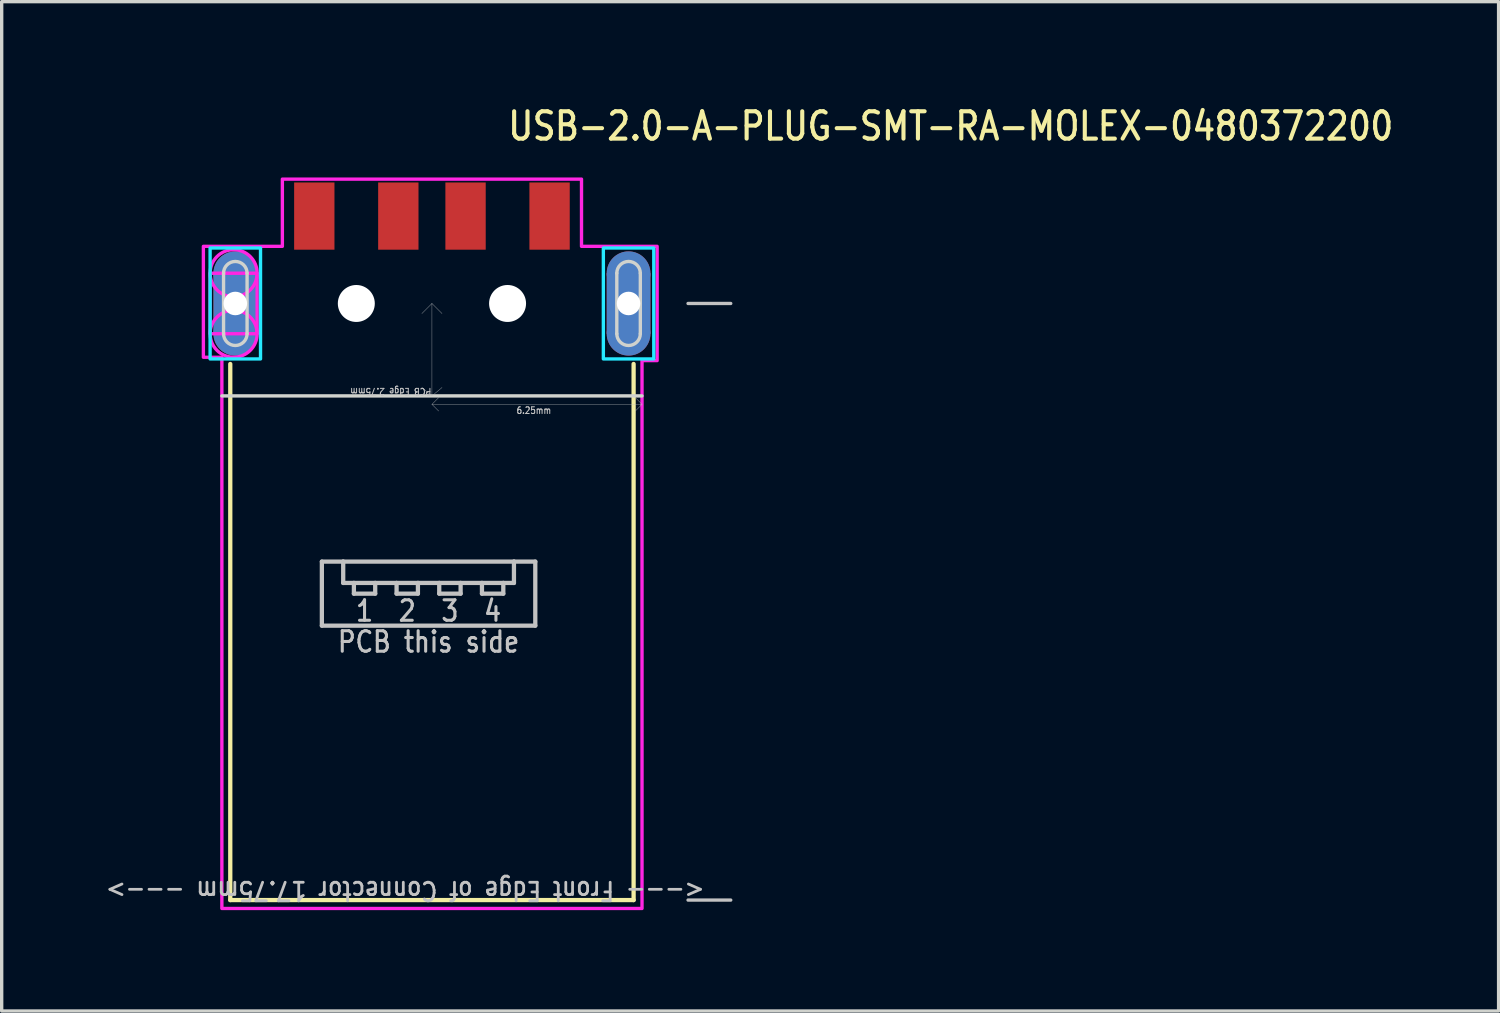
<source format=kicad_pcb>
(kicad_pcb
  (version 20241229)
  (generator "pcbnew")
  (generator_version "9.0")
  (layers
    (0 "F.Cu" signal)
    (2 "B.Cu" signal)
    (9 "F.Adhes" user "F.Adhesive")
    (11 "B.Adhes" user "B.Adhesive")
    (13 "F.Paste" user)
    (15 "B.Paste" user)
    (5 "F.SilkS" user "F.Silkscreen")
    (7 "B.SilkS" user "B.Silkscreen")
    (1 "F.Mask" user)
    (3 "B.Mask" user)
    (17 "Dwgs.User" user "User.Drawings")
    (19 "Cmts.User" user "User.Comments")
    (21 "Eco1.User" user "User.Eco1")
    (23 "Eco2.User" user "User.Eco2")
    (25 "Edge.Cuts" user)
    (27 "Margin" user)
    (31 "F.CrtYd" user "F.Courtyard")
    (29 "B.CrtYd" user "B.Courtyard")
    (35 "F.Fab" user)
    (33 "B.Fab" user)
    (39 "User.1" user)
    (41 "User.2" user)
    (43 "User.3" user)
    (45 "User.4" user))
  (footprint "USB-2.0-A-PLUG-SMT-RA-MOLEX-0480372200"
    (layer "F.Cu")
    (at 9.801 5.979)
    (property "Reference" "USB-2.0-A-PLUG-SMT-RA-MOLEX-0480372200" (at 2.2 -4.8 0) (unlocked yes) (layer "F.SilkS") (effects (font (size 0.813 0.695) (thickness 0.122)) (justify left bottom)))
    (fp_circle (center -5.85 -0.9) (end -6.5 -0.9) (stroke (width 0) (type solid)) (fill yes) (layer "F.Cu"))
    (fp_circle (center -5.85 0.9) (end -5.2 0.9) (stroke (width 0) (type solid)) (fill yes) (layer "F.Cu"))
    (fp_circle (center 5.85 -0.9) (end 5.2 -0.9) (stroke (width 0) (type solid)) (fill yes) (layer "F.Cu"))
    (fp_circle (center 5.85 0.9) (end 6.5 0.9) (stroke (width 0) (type solid)) (fill yes) (layer "F.Cu"))
    (fp_poly (pts (xy -6.5 -0.9) (xy -5.2 -0.9) (xy -5.2 0.9) (xy -6.5 0.9)) (stroke (width 0) (type solid)) (fill yes) (layer "F.Cu"))
    (fp_poly (pts (xy 5.2 -0.9) (xy 6.5 -0.9) (xy 6.5 0.9) (xy 5.2 0.9)) (stroke (width 0) (type solid)) (fill yes) (layer "F.Cu"))
    (fp_circle (center -5.85 -0.9) (end -6.6 -0.9) (stroke (width 0) (type solid)) (fill yes) (layer "F.Mask"))
    (fp_circle (center -5.85 0.9) (end -5.1 0.9) (stroke (width 0) (type solid)) (fill yes) (layer "F.Mask"))
    (fp_circle (center 5.85 -0.9) (end 5.1 -0.9) (stroke (width 0) (type solid)) (fill yes) (layer "F.Mask"))
    (fp_circle (center 5.85 0.9) (end 6.6 0.9) (stroke (width 0) (type solid)) (fill yes) (layer "F.Mask"))
    (fp_poly (pts (xy -6.6 -0.9) (xy -5.1 -0.9) (xy -5.1 0.9) (xy -6.6 0.9)) (stroke (width 0) (type solid)) (fill yes) (layer "F.Mask"))
    (fp_poly (pts (xy 5.1 -0.9) (xy 6.6 -0.9) (xy 6.6 0.9) (xy 5.1 0.9)) (stroke (width 0) (type solid)) (fill yes) (layer "F.Mask"))
    (fp_circle (center -5.85 -0.9) (end -6.5 -0.9) (stroke (width 0) (type solid)) (fill yes) (layer "B.Cu"))
    (fp_circle (center -5.85 0.9) (end -5.2 0.9) (stroke (width 0) (type solid)) (fill yes) (layer "B.Cu"))
    (fp_circle (center 5.85 -0.9) (end 5.2 -0.9) (stroke (width 0) (type solid)) (fill yes) (layer "B.Cu"))
    (fp_circle (center 5.85 0.9) (end 6.5 0.9) (stroke (width 0) (type solid)) (fill yes) (layer "B.Cu"))
    (fp_poly (pts (xy -6.5 -0.9) (xy -5.2 -0.9) (xy -5.2 0.9) (xy -6.5 0.9)) (stroke (width 0) (type solid)) (fill yes) (layer "B.Cu"))
    (fp_poly (pts (xy 5.2 -0.9) (xy 6.5 -0.9) (xy 6.5 0.9) (xy 5.2 0.9)) (stroke (width 0) (type solid)) (fill yes) (layer "B.Cu"))
    (fp_circle (center -5.85 -0.9) (end -6.6 -0.9) (stroke (width 0) (type solid)) (fill yes) (layer "B.Mask"))
    (fp_circle (center -5.85 0.9) (end -5.1 0.9) (stroke (width 0) (type solid)) (fill yes) (layer "B.Mask"))
    (fp_circle (center 5.85 -0.9) (end 5.1 -0.9) (stroke (width 0) (type solid)) (fill yes) (layer "B.Mask"))
    (fp_circle (center 5.85 0.9) (end 6.6 0.9) (stroke (width 0) (type solid)) (fill yes) (layer "B.Mask"))
    (fp_poly (pts (xy -6.6 -0.9) (xy -5.1 -0.9) (xy -5.1 0.9) (xy -6.6 0.9)) (stroke (width 0) (type solid)) (fill yes) (layer "B.Mask"))
    (fp_poly (pts (xy 5.1 -0.9) (xy 6.6 -0.9) (xy 6.6 0.9) (xy 5.1 0.9)) (stroke (width 0) (type solid)) (fill yes) (layer "B.Mask"))
    (fp_line (start -6 1.8) (end -6 17.75) (stroke (width 0.127) (type solid)) (layer "F.SilkS"))
    (fp_line (start -6 17.75) (end 6 17.75) (stroke (width 0.127) (type solid)) (layer "F.SilkS"))
    (fp_line (start 6 17.75) (end 6 1.8) (stroke (width 0.127) (type solid)) (layer "F.SilkS"))
    (fp_line (start -3.275 7.68) (end -2.64 7.68) (stroke (width 0.127) (type solid)) (layer "Dwgs.User"))
    (fp_line (start -3.275 9.585) (end -3.275 7.68) (stroke (width 0.127) (type solid)) (layer "Dwgs.User"))
    (fp_line (start -2.64 7.68) (end -2.64 8.315) (stroke (width 0.127) (type solid)) (layer "Dwgs.User"))
    (fp_line (start -2.64 7.68) (end 2.44 7.68) (stroke (width 0.127) (type solid)) (layer "Dwgs.User"))
    (fp_line (start -2.64 8.315) (end -2.322 8.315) (stroke (width 0.127) (type solid)) (layer "Dwgs.User"))
    (fp_line (start -2.322 8.315) (end -2.322 8.633) (stroke (width 0.127) (type solid)) (layer "Dwgs.User"))
    (fp_line (start -2.322 8.315) (end -1.688 8.315) (stroke (width 0.127) (type solid)) (layer "Dwgs.User"))
    (fp_line (start -2.322 8.633) (end -1.688 8.633) (stroke (width 0.127) (type solid)) (layer "Dwgs.User"))
    (fp_line (start -1.688 8.315) (end -1.052 8.315) (stroke (width 0.127) (type solid)) (layer "Dwgs.User"))
    (fp_line (start -1.688 8.633) (end -1.688 8.315) (stroke (width 0.127) (type solid)) (layer "Dwgs.User"))
    (fp_line (start -1.052 8.315) (end -1.052 8.633) (stroke (width 0.127) (type solid)) (layer "Dwgs.User"))
    (fp_line (start -1.052 8.315) (end -0.417 8.315) (stroke (width 0.127) (type solid)) (layer "Dwgs.User"))
    (fp_line (start -1.052 8.633) (end -0.417 8.633) (stroke (width 0.127) (type solid)) (layer "Dwgs.User"))
    (fp_line (start -0.417 8.315) (end 0.217 8.315) (stroke (width 0.127) (type solid)) (layer "Dwgs.User"))
    (fp_line (start -0.417 8.633) (end -0.417 8.315) (stroke (width 0.127) (type solid)) (layer "Dwgs.User"))
    (fp_line (start 0 0) (end -0.3 0.3) (stroke (width 0.01) (type solid)) (layer "Dwgs.User"))
    (fp_line (start 0 0) (end 0 2.75) (stroke (width 0.01) (type solid)) (layer "Dwgs.User"))
    (fp_line (start 0 0) (end 0.3 0.3) (stroke (width 0.01) (type solid)) (layer "Dwgs.User"))
    (fp_line (start 0 2.75) (end -0.3 2.5) (stroke (width 0.01) (type solid)) (layer "Dwgs.User"))
    (fp_line (start 0 2.75) (end 0.3 2.5) (stroke (width 0.01) (type solid)) (layer "Dwgs.User"))
    (fp_line (start 0 3) (end 0.2 2.8) (stroke (width 0.01) (type solid)) (layer "Dwgs.User"))
    (fp_line (start 0 3) (end 0.2 3.2) (stroke (width 0.01) (type solid)) (layer "Dwgs.User"))
    (fp_line (start 0 3) (end 6.25 3) (stroke (width 0.01) (type solid)) (layer "Dwgs.User"))
    (fp_line (start 0.217 8.315) (end 0.217 8.633) (stroke (width 0.127) (type solid)) (layer "Dwgs.User"))
    (fp_line (start 0.217 8.315) (end 0.853 8.315) (stroke (width 0.127) (type solid)) (layer "Dwgs.User"))
    (fp_line (start 0.217 8.633) (end 0.853 8.633) (stroke (width 0.127) (type solid)) (layer "Dwgs.User"))
    (fp_line (start 0.853 8.315) (end 1.488 8.315) (stroke (width 0.127) (type solid)) (layer "Dwgs.User"))
    (fp_line (start 0.853 8.633) (end 0.853 8.315) (stroke (width 0.127) (type solid)) (layer "Dwgs.User"))
    (fp_line (start 1.488 8.315) (end 1.488 8.633) (stroke (width 0.127) (type solid)) (layer "Dwgs.User"))
    (fp_line (start 1.488 8.315) (end 2.123 8.315) (stroke (width 0.127) (type solid)) (layer "Dwgs.User"))
    (fp_line (start 1.488 8.633) (end 2.123 8.633) (stroke (width 0.127) (type solid)) (layer "Dwgs.User"))
    (fp_line (start 2.123 8.315) (end 2.44 8.315) (stroke (width 0.127) (type solid)) (layer "Dwgs.User"))
    (fp_line (start 2.123 8.633) (end 2.123 8.315) (stroke (width 0.127) (type solid)) (layer "Dwgs.User"))
    (fp_line (start 2.44 7.68) (end 3.075 7.68) (stroke (width 0.127) (type solid)) (layer "Dwgs.User"))
    (fp_line (start 2.44 8.315) (end 2.44 7.68) (stroke (width 0.127) (type solid)) (layer "Dwgs.User"))
    (fp_line (start 3.075 7.68) (end 3.075 9.585) (stroke (width 0.127) (type solid)) (layer "Dwgs.User"))
    (fp_line (start 3.075 9.585) (end -3.275 9.585) (stroke (width 0.127) (type solid)) (layer "Dwgs.User"))
    (fp_line (start 6.25 3) (end 6.05 2.8) (stroke (width 0.01) (type solid)) (layer "Dwgs.User"))
    (fp_line (start 6.25 3) (end 6.05 3.2) (stroke (width 0.01) (type solid)) (layer "Dwgs.User"))
    (fp_line (start 7.62 0) (end 8.89 0) (stroke (width 0.1) (type solid)) (layer "Dwgs.User"))
    (fp_line (start 7.62 17.75) (end 8.89 17.75) (stroke (width 0.1) (type solid)) (layer "Dwgs.User"))
    (fp_line (start -6.25 2.75) (end 6.25 2.75) (stroke (width 0.1) (type solid)) (layer "Edge.Cuts"))
    (fp_line (start -6.2 0.9) (end -6.2 -0.9) (stroke (width 0.1) (type solid)) (layer "Edge.Cuts"))
    (fp_line (start -5.5 -0.9) (end -5.5 0.9) (stroke (width 0.1) (type solid)) (layer "Edge.Cuts"))
    (fp_line (start 5.5 0.9) (end 5.5 -0.9) (stroke (width 0.1) (type solid)) (layer "Edge.Cuts"))
    (fp_line (start 6.2 -0.9) (end 6.2 0.9) (stroke (width 0.1) (type solid)) (layer "Edge.Cuts"))
    (fp_arc (start -6.2 -0.9) (mid -5.85 -1.25) (end -5.5 -0.9) (stroke (width 0.1) (type solid)) (layer "Edge.Cuts"))
    (fp_arc (start -5.5 0.9) (mid -5.85 1.25) (end -6.2 0.9) (stroke (width 0.1) (type solid)) (layer "Edge.Cuts"))
    (fp_arc (start 5.5 -0.9) (mid 5.85 -1.25) (end 6.2 -0.9) (stroke (width 0.1) (type solid)) (layer "Edge.Cuts"))
    (fp_arc (start 6.2 0.9) (mid 5.85 1.25) (end 5.5 0.9) (stroke (width 0.1) (type solid)) (layer "Edge.Cuts"))
    (fp_poly (pts (xy -6.6 -1.65) (xy -5.1 -1.65) (xy -5.1 1.65) (xy -6.6 1.65)) (stroke (width 0.1) (type solid)) (fill no) (layer "B.CrtYd"))
    (fp_poly (pts (xy 5.1 -1.65) (xy 6.6 -1.65) (xy 6.6 1.65) (xy 5.1 1.65)) (stroke (width 0.1) (type solid)) (fill no) (layer "B.CrtYd"))
    (fp_circle (center -5.9 -0.9) (end -6.6 -0.9) (stroke (width 0.1) (type solid)) (fill no) (layer "F.CrtYd"))
    (fp_circle (center -5.9 0.9) (end -5.2 0.9) (stroke (width 0.1) (type solid)) (fill no) (layer "F.CrtYd"))
    (fp_poly (pts (xy -6.6 -0.9) (xy -5.2 -0.9) (xy -5.2 0.9) (xy -6.6 0.9)) (stroke (width 0.1) (type solid)) (fill no) (layer "F.CrtYd"))
    (fp_poly (pts (xy -4.45 -3.7) (xy 4.45 -3.7) (xy 4.45 -1.7) (xy 6.7 -1.7) (xy 6.7 1.7) (xy 6.25 1.7) (xy 6.25 18) (xy -6.25 18) (xy -6.25 1.6) (xy -6.8 1.6) (xy -6.8 -1.7) (xy -4.45 -1.7)) (stroke (width 0.1) (type solid)) (fill no) (layer "F.CrtYd"))
    (fp_text user "4" (at 1.805 8.791 0) (unlocked yes) (layer "Dwgs.User") (effects (font (size 0.61 0.521) (thickness 0.091)) (justify top)))
    (fp_text user "PCB this side" (at -0.1 9.712 0) (unlocked yes) (layer "Dwgs.User") (effects (font (size 0.61 0.521) (thickness 0.091)) (justify top)))
    (fp_text user "PCB Edge 2.75mm" (at 0 2.5 180) (unlocked yes) (layer "Dwgs.User") (effects (font (size 0.2 0.171) (thickness 0.03)) (justify left bottom)))
    (fp_text user "3" (at 0.535 8.791 0) (unlocked yes) (layer "Dwgs.User") (effects (font (size 0.61 0.521) (thickness 0.091)) (justify top)))
    (fp_text user "<--- Front Edge of Connector 17.75mm --->" (at 8.155 17.47 180) (unlocked yes) (layer "Dwgs.User") (effects (font (size 0.55 0.47) (thickness 0.083)) (justify left)))
    (fp_text user "6.25mm" (at 2.5 3.3 0) (unlocked yes) (layer "Dwgs.User") (effects (font (size 0.2 0.171) (thickness 0.03)) (justify left bottom)))
    (fp_text user "1" (at -2.005 8.791 0) (unlocked yes) (layer "Dwgs.User") (effects (font (size 0.61 0.521) (thickness 0.091)) (justify top)))
    (fp_text user "2" (at -0.735 8.791 0) (unlocked yes) (layer "Dwgs.User") (effects (font (size 0.61 0.521) (thickness 0.091)) (justify top)))
    (pad "" np_thru_hole circle (at -2.25 0) (size 1.1 1.1) (drill 1.1) (layers "*.Cu" "*.Mask"))
    (pad "" np_thru_hole circle (at 2.25 0) (size 1.1 1.1) (drill 1.1) (layers "*.Cu" "*.Mask"))
    (pad "1" smd rect (at 3.5 -2.6) (size 1.2 2) (layers "F.Cu" "F.Mask" "F.Paste"))
    (pad "2" smd rect (at 1 -2.6) (size 1.2 2) (layers "F.Cu" "F.Mask" "F.Paste"))
    (pad "3" smd rect (at -1 -2.6) (size 1.2 2) (layers "F.Cu" "F.Mask" "F.Paste"))
    (pad "4" smd rect (at -3.5 -2.6) (size 1.2 2) (layers "F.Cu" "F.Mask" "F.Paste"))
    (pad "S_1" thru_hole oval (at -5.85 0) (size 1.167 1.167) (drill 0.7) (layers "*.Cu" "*.Mask"))
    (pad "S_2" thru_hole oval (at 5.85 0) (size 1.167 1.167) (drill 0.7) (layers "*.Cu" "*.Mask")))
  (gr_rect
    (start -3 -3)
    (end 41.536 27.029)
    (stroke (width 0.1) (type default))
    (fill no)
    (layer "Edge.Cuts")))
</source>
